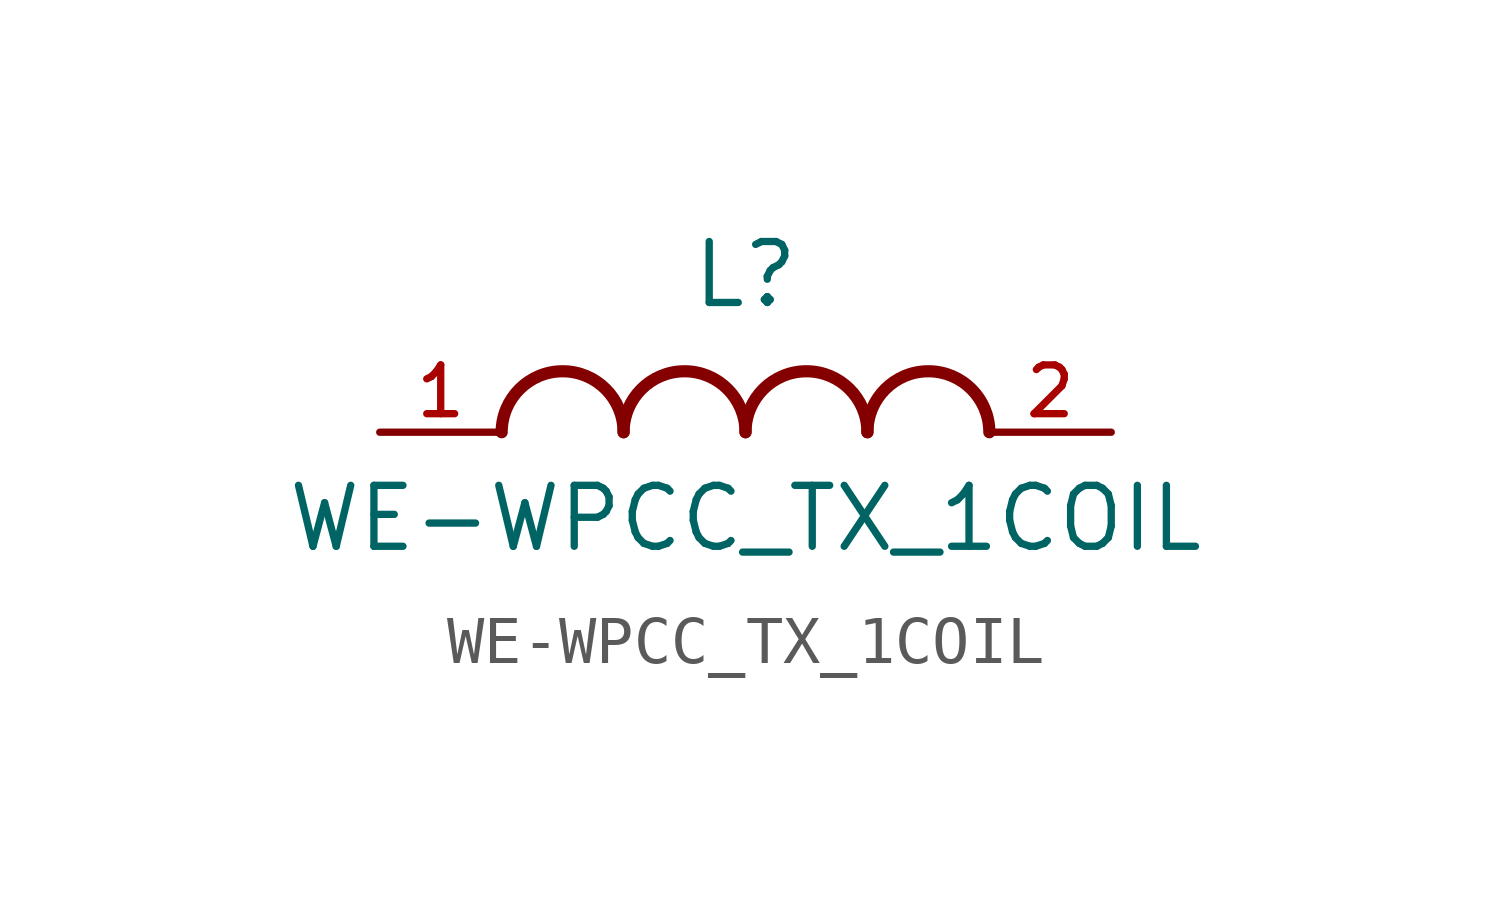
<source format=kicad_sym>
(kicad_symbol_lib
  (version 20211014)
  (generator kicad_symbol_editor)
  (symbol "WE-WPCC_TX_1COIL"
    (pin_names
      (offset 1.016))
    (property "Reference" "L"
      (at 0.0 2.54 0)
      (effects (font (size 1.27 1.27)) (justify bottom)))
    (property "Value" "WE-WPCC_TX_1COIL"
      (at 0.0 -2.54 0)
      (effects (font (size 1.27 1.27)) (justify bottom)))
    (symbol "WE-WPCC_TX_1COIL_0_0"
      (arc (start -2.54 0.0) (mid -3.81 1.27) (end -5.08 0.0) (stroke (width 0.254) (type default) (color 0 0 0 0)) (fill (type none)))
      (arc (start 0.0 0.0) (mid -1.27 1.27) (end -2.54 0.0) (stroke (width 0.254) (type default) (color 0 0 0 0)) (fill (type none)))
      (arc (start 2.54 0.0) (mid 1.27 1.27) (end 0.0 0.0) (stroke (width 0.254) (type default) (color 0 0 0 0)) (fill (type none)))
      (arc (start 5.08 0.0) (mid 3.81 1.27) (end 2.54 0.0) (stroke (width 0.254) (type default) (color 0 0 0 0)) (fill (type none)))
      (pin passive line (at -7.62 0.0 0) (length 2.54) (name "~" (effects (font (size 1.016 1.016)))) (number "1" (effects (font (size 1.016 1.016)))))
      (pin passive line (at 7.62 0.0 180.0) (length 2.54) (name "~" (effects (font (size 1.016 1.016)))) (number "2" (effects (font (size 1.016 1.016))))))))
</source>
